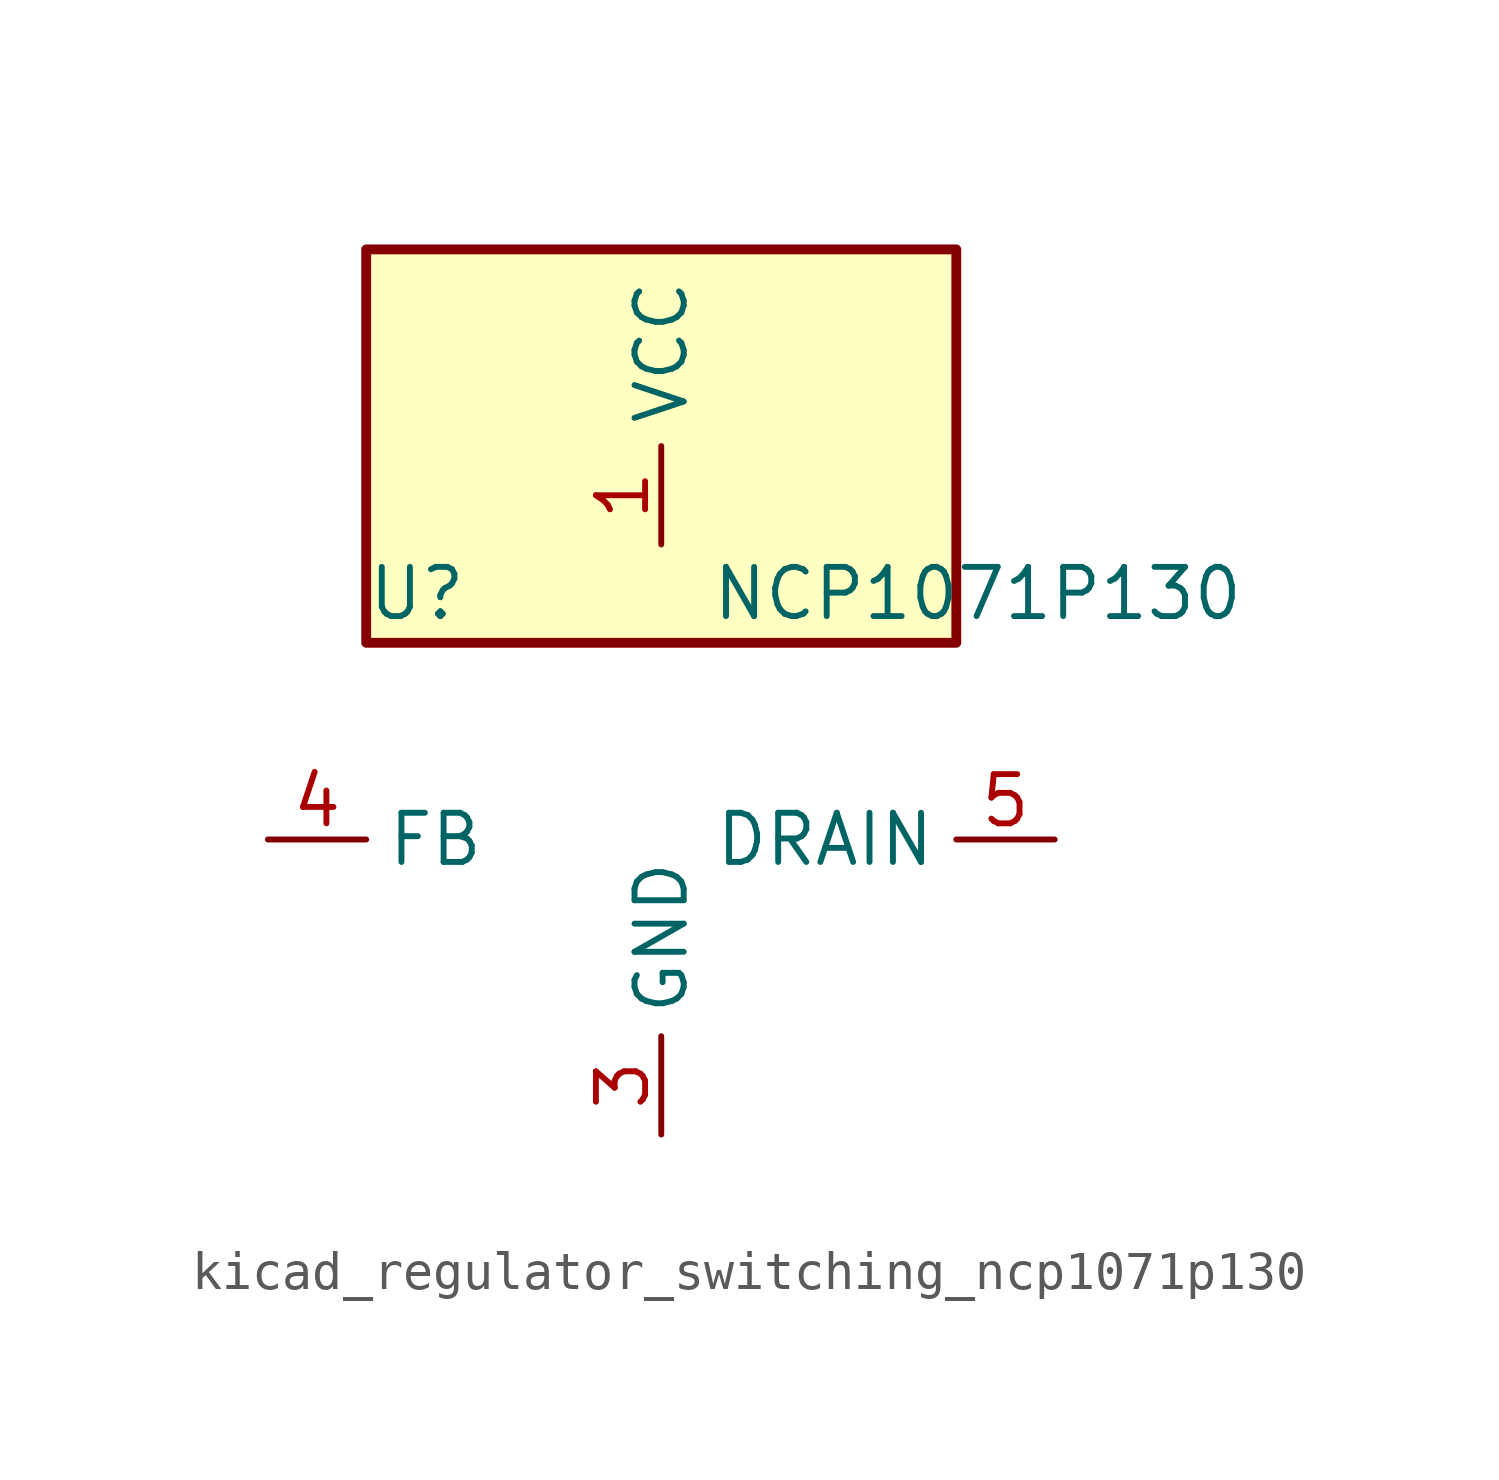
<source format=kicad_sym>
(kicad_symbol_lib
  (version 20220914)
  (generator kicad_symbol_editor)
  (symbol "kicad_regulator_switching_ncp1071p130"
    (property "Reference" "U"
      (at -7.62 6.35 0)
      (effects (font (size 1.27 1.27)) (justify left)))
    (property "Value" "NCP1071P130"
      (at 1.27 6.35 0)
      (effects (font (size 1.27 1.27)) (justify left)))
    (symbol "kicad_regulator_switching_ncp1071p130_0_1"
      (rectangle (start 7.62 15.24) (end -7.62 5.08) (stroke (width 0.254) (type default)) (fill (type background))))
    (symbol "kicad_regulator_switching_ncp1071p130_1_1"
      (pin power_in line (at 0 7.62 90) (length 2.54) (name "VCC" (effects (font (size 1.27 1.27)))) (number "1" (effects (font (size 1.27 1.27)))))
      (pin no_connect line (at -7.62 2.54 0) (length 2.54) hide (name "NC" (effects (font (size 1.27 1.27)))) (number "2" (effects (font (size 1.27 1.27)))))
      (pin power_in line (at 0 -7.62 90) (length 2.54) (name "GND" (effects (font (size 1.27 1.27)))) (number "3" (effects (font (size 1.27 1.27)))))
      (pin input line (at -10.16 0 0) (length 2.54) (name "FB" (effects (font (size 1.27 1.27)))) (number "4" (effects (font (size 1.27 1.27)))))
      (pin open_collector line (at 10.16 0 180) (length 2.54) (name "DRAIN" (effects (font (size 1.27 1.27)))) (number "5" (effects (font (size 1.27 1.27)))))
      (pin passive line (at 0 -7.62 90) (length 2.54) hide (name "GND" (effects (font (size 1.27 1.27)))) (number "7" (effects (font (size 1.27 1.27)))))
      (pin passive line (at 0 -7.62 90) (length 2.54) hide (name "GND" (effects (font (size 1.27 1.27)))) (number "8" (effects (font (size 1.27 1.27))))))))
</source>
